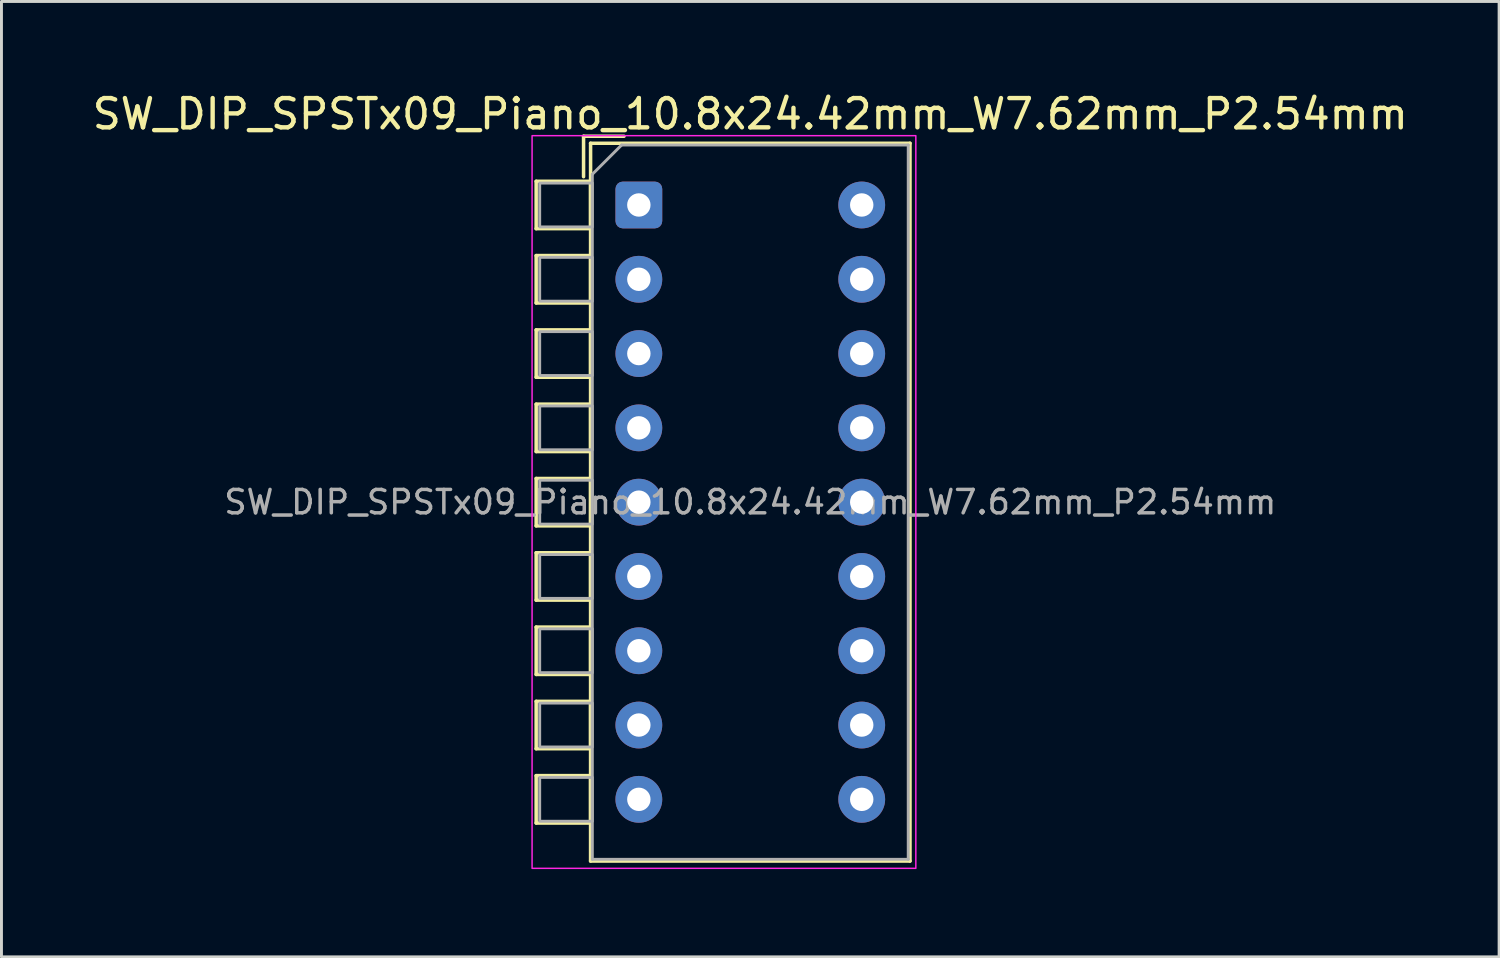
<source format=kicad_pcb>
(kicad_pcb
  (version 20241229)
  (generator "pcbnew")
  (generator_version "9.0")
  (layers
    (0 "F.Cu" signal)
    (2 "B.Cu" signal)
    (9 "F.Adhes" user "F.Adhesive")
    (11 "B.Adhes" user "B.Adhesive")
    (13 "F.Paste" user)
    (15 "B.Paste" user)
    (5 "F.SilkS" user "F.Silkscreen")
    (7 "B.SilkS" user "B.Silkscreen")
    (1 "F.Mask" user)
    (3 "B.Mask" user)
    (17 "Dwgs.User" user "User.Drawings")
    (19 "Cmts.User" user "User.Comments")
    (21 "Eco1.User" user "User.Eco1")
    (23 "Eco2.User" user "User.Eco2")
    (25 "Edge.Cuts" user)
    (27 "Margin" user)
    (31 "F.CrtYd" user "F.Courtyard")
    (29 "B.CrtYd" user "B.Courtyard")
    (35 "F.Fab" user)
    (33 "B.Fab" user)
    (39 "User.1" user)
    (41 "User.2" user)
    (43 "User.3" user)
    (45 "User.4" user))
  (footprint "SW_DIP_SPSTx09_Piano_10.8x24.42mm_W7.62mm_P2.54mm"
    (layer "F.Cu")
    (at 18.791 3.958)
    (property "Reference" "SW_DIP_SPSTx09_Piano_10.8x24.42mm_W7.62mm_P2.54mm" (at 3.81 -3.11 0) (layer "F.SilkS") (effects (font (size 1 1) (thickness 0.15))))
    (attr through_hole)
    (fp_line (start -3.51 -0.81) (end -1.65 -0.81) (stroke (width 0.12) (type solid)) (layer "F.SilkS"))
    (fp_line (start -3.51 0.81) (end -3.51 -0.81) (stroke (width 0.12) (type solid)) (layer "F.SilkS"))
    (fp_line (start -3.51 1.73) (end -1.65 1.73) (stroke (width 0.12) (type solid)) (layer "F.SilkS"))
    (fp_line (start -3.51 3.35) (end -3.51 1.73) (stroke (width 0.12) (type solid)) (layer "F.SilkS"))
    (fp_line (start -3.51 4.27) (end -1.65 4.27) (stroke (width 0.12) (type solid)) (layer "F.SilkS"))
    (fp_line (start -3.51 5.89) (end -3.51 4.27) (stroke (width 0.12) (type solid)) (layer "F.SilkS"))
    (fp_line (start -3.51 6.81) (end -1.65 6.81) (stroke (width 0.12) (type solid)) (layer "F.SilkS"))
    (fp_line (start -3.51 8.43) (end -3.51 6.81) (stroke (width 0.12) (type solid)) (layer "F.SilkS"))
    (fp_line (start -3.51 9.35) (end -1.65 9.35) (stroke (width 0.12) (type solid)) (layer "F.SilkS"))
    (fp_line (start -3.51 10.97) (end -3.51 9.35) (stroke (width 0.12) (type solid)) (layer "F.SilkS"))
    (fp_line (start -3.51 11.89) (end -1.65 11.89) (stroke (width 0.12) (type solid)) (layer "F.SilkS"))
    (fp_line (start -3.51 13.51) (end -3.51 11.89) (stroke (width 0.12) (type solid)) (layer "F.SilkS"))
    (fp_line (start -3.51 14.43) (end -1.65 14.43) (stroke (width 0.12) (type solid)) (layer "F.SilkS"))
    (fp_line (start -3.51 16.05) (end -3.51 14.43) (stroke (width 0.12) (type solid)) (layer "F.SilkS"))
    (fp_line (start -3.51 16.97) (end -1.65 16.97) (stroke (width 0.12) (type solid)) (layer "F.SilkS"))
    (fp_line (start -3.51 18.59) (end -3.51 16.97) (stroke (width 0.12) (type solid)) (layer "F.SilkS"))
    (fp_line (start -3.51 19.51) (end -1.65 19.51) (stroke (width 0.12) (type solid)) (layer "F.SilkS"))
    (fp_line (start -3.51 21.13) (end -3.51 19.51) (stroke (width 0.12) (type solid)) (layer "F.SilkS"))
    (fp_line (start -1.89 -2.35) (end -1.89 -0.967) (stroke (width 0.12) (type solid)) (layer "F.SilkS"))
    (fp_line (start -1.89 -2.35) (end -0.507 -2.35) (stroke (width 0.12) (type solid)) (layer "F.SilkS"))
    (fp_line (start -1.65 -2.11) (end -1.65 22.43) (stroke (width 0.12) (type solid)) (layer "F.SilkS"))
    (fp_line (start -1.65 -2.11) (end 9.27 -2.11) (stroke (width 0.12) (type solid)) (layer "F.SilkS"))
    (fp_line (start -1.65 -0.81) (end -1.65 0.81) (stroke (width 0.12) (type solid)) (layer "F.SilkS"))
    (fp_line (start -1.65 0.81) (end -3.51 0.81) (stroke (width 0.12) (type solid)) (layer "F.SilkS"))
    (fp_line (start -1.65 1.73) (end -1.65 3.35) (stroke (width 0.12) (type solid)) (layer "F.SilkS"))
    (fp_line (start -1.65 3.35) (end -3.51 3.35) (stroke (width 0.12) (type solid)) (layer "F.SilkS"))
    (fp_line (start -1.65 4.27) (end -1.65 5.89) (stroke (width 0.12) (type solid)) (layer "F.SilkS"))
    (fp_line (start -1.65 5.89) (end -3.51 5.89) (stroke (width 0.12) (type solid)) (layer "F.SilkS"))
    (fp_line (start -1.65 6.81) (end -1.65 8.43) (stroke (width 0.12) (type solid)) (layer "F.SilkS"))
    (fp_line (start -1.65 8.43) (end -3.51 8.43) (stroke (width 0.12) (type solid)) (layer "F.SilkS"))
    (fp_line (start -1.65 9.35) (end -1.65 10.97) (stroke (width 0.12) (type solid)) (layer "F.SilkS"))
    (fp_line (start -1.65 10.97) (end -3.51 10.97) (stroke (width 0.12) (type solid)) (layer "F.SilkS"))
    (fp_line (start -1.65 11.89) (end -1.65 13.51) (stroke (width 0.12) (type solid)) (layer "F.SilkS"))
    (fp_line (start -1.65 13.51) (end -3.51 13.51) (stroke (width 0.12) (type solid)) (layer "F.SilkS"))
    (fp_line (start -1.65 14.43) (end -1.65 16.05) (stroke (width 0.12) (type solid)) (layer "F.SilkS"))
    (fp_line (start -1.65 16.05) (end -3.51 16.05) (stroke (width 0.12) (type solid)) (layer "F.SilkS"))
    (fp_line (start -1.65 16.97) (end -1.65 18.59) (stroke (width 0.12) (type solid)) (layer "F.SilkS"))
    (fp_line (start -1.65 18.59) (end -3.51 18.59) (stroke (width 0.12) (type solid)) (layer "F.SilkS"))
    (fp_line (start -1.65 19.51) (end -1.65 21.13) (stroke (width 0.12) (type solid)) (layer "F.SilkS"))
    (fp_line (start -1.65 21.13) (end -3.51 21.13) (stroke (width 0.12) (type solid)) (layer "F.SilkS"))
    (fp_line (start -1.65 22.43) (end 9.27 22.43) (stroke (width 0.12) (type solid)) (layer "F.SilkS"))
    (fp_line (start 9.27 -2.11) (end 9.27 22.43) (stroke (width 0.12) (type solid)) (layer "F.SilkS"))
    (fp_rect (start -3.65 -2.37) (end 9.47 22.68) (stroke (width 0.05) (type solid)) (fill no) (layer "F.CrtYd"))
    (fp_line (start -1.59 -1.05) (end -0.59 -2.05) (stroke (width 0.1) (type solid)) (layer "F.Fab"))
    (fp_line (start -1.59 22.37) (end -1.59 -1.05) (stroke (width 0.1) (type solid)) (layer "F.Fab"))
    (fp_line (start -0.59 -2.05) (end 9.21 -2.05) (stroke (width 0.1) (type solid)) (layer "F.Fab"))
    (fp_line (start 9.21 -2.05) (end 9.21 22.37) (stroke (width 0.1) (type solid)) (layer "F.Fab"))
    (fp_line (start 9.21 22.37) (end -1.59 22.37) (stroke (width 0.1) (type solid)) (layer "F.Fab"))
    (fp_rect (start -3.39 -0.75) (end -1.59 0.75) (stroke (width 0.1) (type solid)) (fill no) (layer "F.Fab"))
    (fp_rect (start -3.39 1.79) (end -1.59 3.29) (stroke (width 0.1) (type solid)) (fill no) (layer "F.Fab"))
    (fp_rect (start -3.39 4.33) (end -1.59 5.83) (stroke (width 0.1) (type solid)) (fill no) (layer "F.Fab"))
    (fp_rect (start -3.39 6.87) (end -1.59 8.37) (stroke (width 0.1) (type solid)) (fill no) (layer "F.Fab"))
    (fp_rect (start -3.39 9.41) (end -1.59 10.91) (stroke (width 0.1) (type solid)) (fill no) (layer "F.Fab"))
    (fp_rect (start -3.39 11.95) (end -1.59 13.45) (stroke (width 0.1) (type solid)) (fill no) (layer "F.Fab"))
    (fp_rect (start -3.39 14.49) (end -1.59 15.99) (stroke (width 0.1) (type solid)) (fill no) (layer "F.Fab"))
    (fp_rect (start -3.39 17.03) (end -1.59 18.53) (stroke (width 0.1) (type solid)) (fill no) (layer "F.Fab"))
    (fp_rect (start -3.39 19.57) (end -1.59 21.07) (stroke (width 0.1) (type solid)) (fill no) (layer "F.Fab"))
    (fp_text user "${REFERENCE}" (at 3.81 10.16 0) (layer "F.Fab") (effects (font (size 0.8 0.8) (thickness 0.12))))
    (pad "1" thru_hole roundrect (at 0 0) (size 1.6 1.6) (drill 0.8) (layers "*.Cu" "*.Mask") (roundrect_rratio 0.156))
    (pad "2" thru_hole circle (at 0 2.54) (size 1.6 1.6) (drill 0.8) (layers "*.Cu" "*.Mask"))
    (pad "3" thru_hole circle (at 0 5.08) (size 1.6 1.6) (drill 0.8) (layers "*.Cu" "*.Mask"))
    (pad "4" thru_hole circle (at 0 7.62) (size 1.6 1.6) (drill 0.8) (layers "*.Cu" "*.Mask"))
    (pad "5" thru_hole circle (at 0 10.16) (size 1.6 1.6) (drill 0.8) (layers "*.Cu" "*.Mask"))
    (pad "6" thru_hole circle (at 0 12.7) (size 1.6 1.6) (drill 0.8) (layers "*.Cu" "*.Mask"))
    (pad "7" thru_hole circle (at 0 15.24) (size 1.6 1.6) (drill 0.8) (layers "*.Cu" "*.Mask"))
    (pad "8" thru_hole circle (at 0 17.78) (size 1.6 1.6) (drill 0.8) (layers "*.Cu" "*.Mask"))
    (pad "9" thru_hole circle (at 0 20.32) (size 1.6 1.6) (drill 0.8) (layers "*.Cu" "*.Mask"))
    (pad "10" thru_hole circle (at 7.62 20.32) (size 1.6 1.6) (drill 0.8) (layers "*.Cu" "*.Mask"))
    (pad "11" thru_hole circle (at 7.62 17.78) (size 1.6 1.6) (drill 0.8) (layers "*.Cu" "*.Mask"))
    (pad "12" thru_hole circle (at 7.62 15.24) (size 1.6 1.6) (drill 0.8) (layers "*.Cu" "*.Mask"))
    (pad "13" thru_hole circle (at 7.62 12.7) (size 1.6 1.6) (drill 0.8) (layers "*.Cu" "*.Mask"))
    (pad "14" thru_hole circle (at 7.62 10.16) (size 1.6 1.6) (drill 0.8) (layers "*.Cu" "*.Mask"))
    (pad "15" thru_hole circle (at 7.62 7.62) (size 1.6 1.6) (drill 0.8) (layers "*.Cu" "*.Mask"))
    (pad "16" thru_hole circle (at 7.62 5.08) (size 1.6 1.6) (drill 0.8) (layers "*.Cu" "*.Mask"))
    (pad "17" thru_hole circle (at 7.62 2.54) (size 1.6 1.6) (drill 0.8) (layers "*.Cu" "*.Mask"))
    (pad "18" thru_hole circle (at 7.62 0) (size 1.6 1.6) (drill 0.8) (layers "*.Cu" "*.Mask")))
  (gr_rect
    (start -3 -3)
    (end 48.202 29.663)
    (stroke (width 0.1) (type default))
    (fill no)
    (layer "Edge.Cuts")))
</source>
